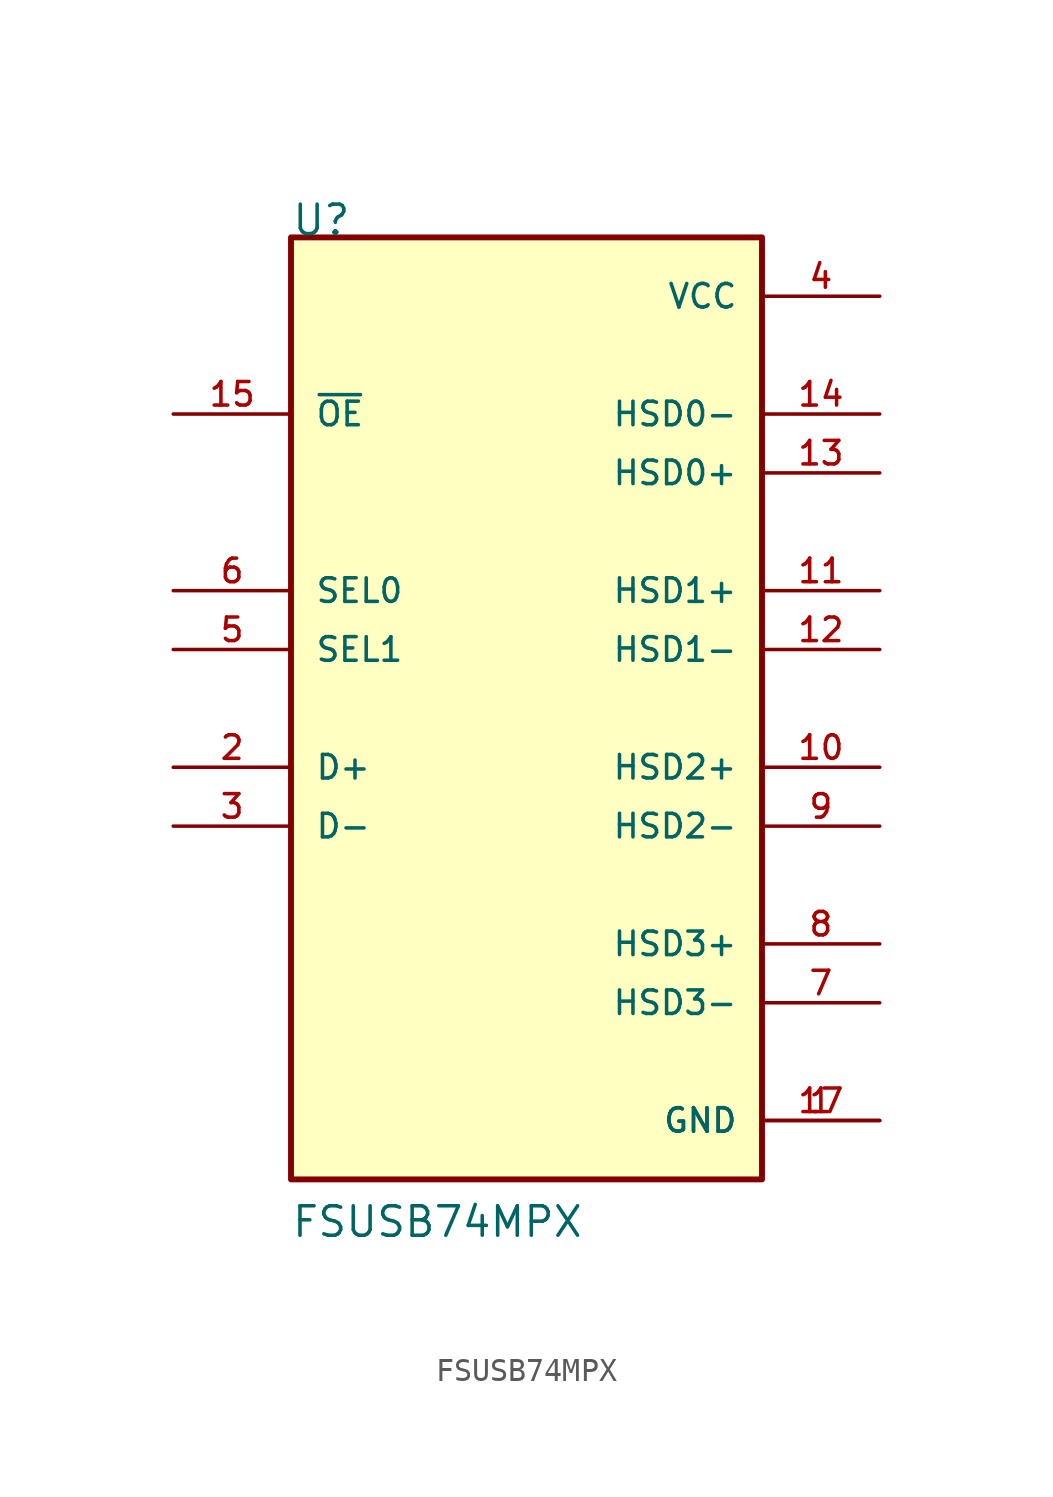
<source format=kicad_sym>
(kicad_symbol_lib
  (version 20211014)
  (generator kicad_symbol_editor)
  (symbol "FSUSB74MPX"
    (pin_names
      (offset 1.016))
    (property "Reference" "U"
      (at -10.161 20.321 0)
      (effects (font (size 1.27 1.27)) (justify bottom left)))
    (property "Value" "FSUSB74MPX"
      (at -10.174 -22.892 0)
      (effects (font (size 1.27 1.27)) (justify bottom left)))
    (symbol "FSUSB74MPX_0_0"
      (rectangle (start -10.16 -20.32) (end 10.16 20.32) (stroke (width 0.254)) (fill (type background)))
      (pin power_in line (at 15.24 -17.78 180.0) (length 5.08) (name "GND" (effects (font (size 1.016 1.016)))) (number "1" (effects (font (size 1.016 1.016)))))
      (pin power_in line (at 15.24 -17.78 180.0) (length 5.08) (name "GND" (effects (font (size 1.016 1.016)))) (number "17" (effects (font (size 1.016 1.016)))))
      (pin bidirectional line (at -15.24 -2.54 0) (length 5.08) (name "D+" (effects (font (size 1.016 1.016)))) (number "2" (effects (font (size 1.016 1.016)))))
      (pin bidirectional line (at -15.24 -5.08 0) (length 5.08) (name "D-" (effects (font (size 1.016 1.016)))) (number "3" (effects (font (size 1.016 1.016)))))
      (pin power_in line (at 15.24 17.78 180.0) (length 5.08) (name "VCC" (effects (font (size 1.016 1.016)))) (number "4" (effects (font (size 1.016 1.016)))))
      (pin input line (at -15.24 2.54 0) (length 5.08) (name "SEL1" (effects (font (size 1.016 1.016)))) (number "5" (effects (font (size 1.016 1.016)))))
      (pin input line (at -15.24 5.08 0) (length 5.08) (name "SEL0" (effects (font (size 1.016 1.016)))) (number "6" (effects (font (size 1.016 1.016)))))
      (pin bidirectional line (at 15.24 -12.7 180.0) (length 5.08) (name "HSD3-" (effects (font (size 1.016 1.016)))) (number "7" (effects (font (size 1.016 1.016)))))
      (pin bidirectional line (at 15.24 -10.16 180.0) (length 5.08) (name "HSD3+" (effects (font (size 1.016 1.016)))) (number "8" (effects (font (size 1.016 1.016)))))
      (pin bidirectional line (at 15.24 -5.08 180.0) (length 5.08) (name "HSD2-" (effects (font (size 1.016 1.016)))) (number "9" (effects (font (size 1.016 1.016)))))
      (pin bidirectional line (at 15.24 -2.54 180.0) (length 5.08) (name "HSD2+" (effects (font (size 1.016 1.016)))) (number "10" (effects (font (size 1.016 1.016)))))
      (pin bidirectional line (at 15.24 5.08 180.0) (length 5.08) (name "HSD1+" (effects (font (size 1.016 1.016)))) (number "11" (effects (font (size 1.016 1.016)))))
      (pin bidirectional line (at 15.24 2.54 180.0) (length 5.08) (name "HSD1-" (effects (font (size 1.016 1.016)))) (number "12" (effects (font (size 1.016 1.016)))))
      (pin bidirectional line (at 15.24 10.16 180.0) (length 5.08) (name "HSD0+" (effects (font (size 1.016 1.016)))) (number "13" (effects (font (size 1.016 1.016)))))
      (pin bidirectional line (at 15.24 12.7 180.0) (length 5.08) (name "HSD0-" (effects (font (size 1.016 1.016)))) (number "14" (effects (font (size 1.016 1.016)))))
      (pin input line (at -15.24 12.7 0) (length 5.08) (name "~{OE}" (effects (font (size 1.016 1.016)))) (number "15" (effects (font (size 1.016 1.016))))))))
</source>
